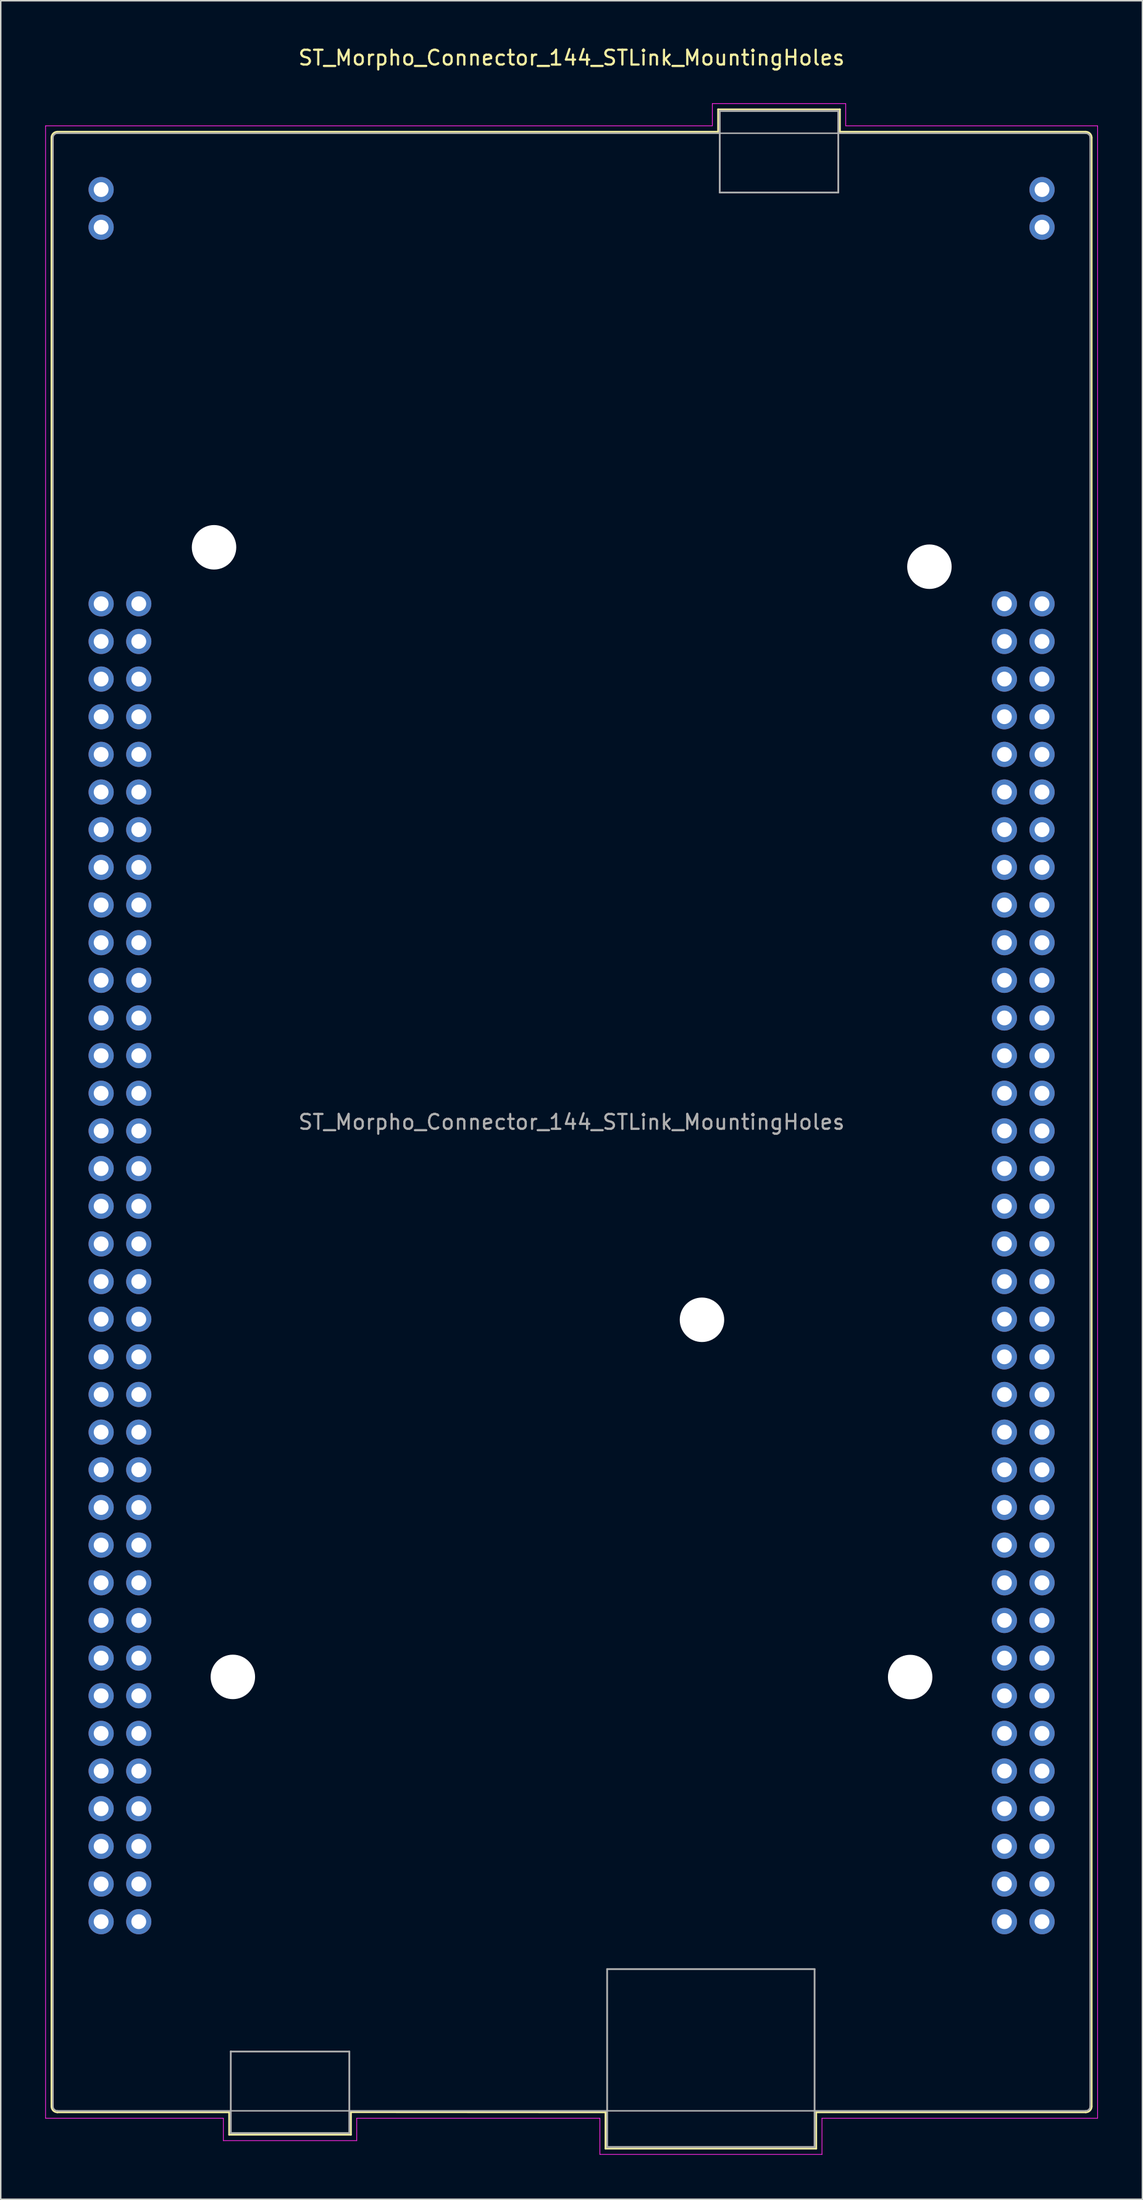
<source format=kicad_pcb>
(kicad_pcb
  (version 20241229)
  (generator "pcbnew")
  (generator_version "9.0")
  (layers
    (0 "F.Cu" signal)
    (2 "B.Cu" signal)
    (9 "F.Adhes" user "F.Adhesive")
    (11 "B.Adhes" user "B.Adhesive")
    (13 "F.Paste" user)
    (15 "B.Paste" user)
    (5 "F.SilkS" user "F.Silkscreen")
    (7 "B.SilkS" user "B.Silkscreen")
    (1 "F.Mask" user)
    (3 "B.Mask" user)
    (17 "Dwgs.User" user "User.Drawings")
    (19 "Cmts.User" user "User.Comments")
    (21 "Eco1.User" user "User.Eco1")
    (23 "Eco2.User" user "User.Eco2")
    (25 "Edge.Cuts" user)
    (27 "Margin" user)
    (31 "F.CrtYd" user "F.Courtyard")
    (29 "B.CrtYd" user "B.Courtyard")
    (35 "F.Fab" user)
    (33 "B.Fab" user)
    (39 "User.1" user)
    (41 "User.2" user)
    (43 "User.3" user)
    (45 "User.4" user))
  (footprint "ST_Morpho_Connector_144_STLink_MountingHoles"
    (layer "F.Cu")
    (at 3.775 37.678)
    (property "Reference" "ST_Morpho_Connector_144_STLink_MountingHoles" (at 31.75 -36.83 0) (layer "F.SilkS") (effects (font (size 1 1) (thickness 0.15))))
    (attr through_hole)
    (fp_line (start -3.35 -31.44) (end -3.35 101.36) (stroke (width 0.12) (type solid)) (layer "F.SilkS"))
    (fp_line (start 8.64 101.76) (end -2.95 101.76) (stroke (width 0.12) (type solid)) (layer "F.SilkS"))
    (fp_line (start 8.64 101.76) (end 8.64 103.27) (stroke (width 0.12) (type solid)) (layer "F.SilkS"))
    (fp_line (start 8.64 103.27) (end 16.86 103.27) (stroke (width 0.12) (type solid)) (layer "F.SilkS"))
    (fp_line (start 16.86 103.27) (end 16.86 101.75) (stroke (width 0.12) (type solid)) (layer "F.SilkS"))
    (fp_line (start 34.04 101.76) (end 16.86 101.75) (stroke (width 0.12) (type solid)) (layer "F.SilkS"))
    (fp_line (start 34.04 104.21) (end 34.04 101.76) (stroke (width 0.12) (type solid)) (layer "F.SilkS"))
    (fp_line (start 41.64 -33.35) (end 49.86 -33.35) (stroke (width 0.12) (type solid)) (layer "F.SilkS"))
    (fp_line (start 41.64 -31.84) (end -2.95 -31.84) (stroke (width 0.12) (type solid)) (layer "F.SilkS"))
    (fp_line (start 41.64 -31.84) (end 41.64 -33.35) (stroke (width 0.12) (type solid)) (layer "F.SilkS"))
    (fp_line (start 48.26 101.76) (end 48.26 104.21) (stroke (width 0.12) (type solid)) (layer "F.SilkS"))
    (fp_line (start 48.26 101.76) (end 66.45 101.76) (stroke (width 0.12) (type solid)) (layer "F.SilkS"))
    (fp_line (start 48.26 104.21) (end 34.04 104.21) (stroke (width 0.12) (type solid)) (layer "F.SilkS"))
    (fp_line (start 49.86 -33.35) (end 49.86 -31.84) (stroke (width 0.12) (type solid)) (layer "F.SilkS"))
    (fp_line (start 49.86 -31.84) (end 66.45 -31.84) (stroke (width 0.12) (type solid)) (layer "F.SilkS"))
    (fp_line (start 66.85 101.36) (end 66.85 -31.44) (stroke (width 0.12) (type solid)) (layer "F.SilkS"))
    (fp_arc (start -3.35 -31.44) (mid -3.232843 -31.722843) (end -2.95 -31.84) (stroke (width 0.12) (type solid)) (layer "F.SilkS"))
    (fp_arc (start -2.95 101.76) (mid -3.232843 101.642843) (end -3.35 101.36) (stroke (width 0.12) (type solid)) (layer "F.SilkS"))
    (fp_arc (start 66.45 -31.84) (mid 66.732843 -31.722843) (end 66.85 -31.44) (stroke (width 0.12) (type solid)) (layer "F.SilkS"))
    (fp_arc (start 66.85 101.36) (mid 66.732843 101.642843) (end 66.45 101.76) (stroke (width 0.12) (type solid)) (layer "F.SilkS"))
    (fp_line (start -3.75 -32.24) (end -3.75 102.16) (stroke (width 0.05) (type solid)) (layer "F.CrtYd"))
    (fp_line (start -3.75 102.16) (end 8.25 102.16) (stroke (width 0.05) (type solid)) (layer "F.CrtYd"))
    (fp_line (start 8.25 102.16) (end 8.25 103.67) (stroke (width 0.05) (type solid)) (layer "F.CrtYd"))
    (fp_line (start 8.25 103.67) (end 17.25 103.67) (stroke (width 0.05) (type solid)) (layer "F.CrtYd"))
    (fp_line (start 17.25 102.16) (end 17.25 103.67) (stroke (width 0.05) (type solid)) (layer "F.CrtYd"))
    (fp_line (start 17.25 102.16) (end 33.66 102.16) (stroke (width 0.05) (type solid)) (layer "F.CrtYd"))
    (fp_line (start 33.66 104.6) (end 33.66 102.16) (stroke (width 0.05) (type solid)) (layer "F.CrtYd"))
    (fp_line (start 33.66 104.6) (end 48.65 104.6) (stroke (width 0.05) (type solid)) (layer "F.CrtYd"))
    (fp_line (start 41.25 -33.74) (end 50.25 -33.74) (stroke (width 0.05) (type solid)) (layer "F.CrtYd"))
    (fp_line (start 41.25 -32.24) (end -3.75 -32.24) (stroke (width 0.05) (type solid)) (layer "F.CrtYd"))
    (fp_line (start 41.25 -32.24) (end 41.25 -33.74) (stroke (width 0.05) (type solid)) (layer "F.CrtYd"))
    (fp_line (start 48.65 102.16) (end 48.65 104.6) (stroke (width 0.05) (type solid)) (layer "F.CrtYd"))
    (fp_line (start 50.25 -32.24) (end 50.25 -33.74) (stroke (width 0.05) (type solid)) (layer "F.CrtYd"))
    (fp_line (start 50.25 -32.24) (end 67.25 -32.24) (stroke (width 0.05) (type solid)) (layer "F.CrtYd"))
    (fp_line (start 67.25 102.16) (end 48.65 102.16) (stroke (width 0.05) (type solid)) (layer "F.CrtYd"))
    (fp_line (start 67.25 102.16) (end 67.25 -32.24) (stroke (width 0.05) (type solid)) (layer "F.CrtYd"))
    (fp_line (start -3.25 101.36) (end -3.25 -31.44) (stroke (width 0.1) (type solid)) (layer "F.Fab"))
    (fp_line (start 8.75 97.66) (end 16.75 97.66) (stroke (width 0.12) (type solid)) (layer "F.Fab"))
    (fp_line (start 8.75 103.16) (end 8.75 97.65) (stroke (width 0.12) (type solid)) (layer "F.Fab"))
    (fp_line (start 8.75 103.16) (end 16.75 103.16) (stroke (width 0.12) (type solid)) (layer "F.Fab"))
    (fp_line (start 16.75 97.66) (end 16.75 103.16) (stroke (width 0.12) (type solid)) (layer "F.Fab"))
    (fp_line (start 34.15 92.1) (end 48.15 92.1) (stroke (width 0.12) (type solid)) (layer "F.Fab"))
    (fp_line (start 34.15 104.1) (end 34.15 92.1) (stroke (width 0.12) (type solid)) (layer "F.Fab"))
    (fp_line (start 34.15 104.1) (end 48.15 104.1) (stroke (width 0.12) (type solid)) (layer "F.Fab"))
    (fp_line (start 41.75 -33.24) (end 49.75 -33.24) (stroke (width 0.12) (type solid)) (layer "F.Fab"))
    (fp_line (start 41.75 -27.74) (end 41.75 -33.24) (stroke (width 0.12) (type solid)) (layer "F.Fab"))
    (fp_line (start 41.75 -27.74) (end 49.75 -27.74) (stroke (width 0.12) (type solid)) (layer "F.Fab"))
    (fp_line (start 48.15 104.1) (end 48.15 92.1) (stroke (width 0.12) (type solid)) (layer "F.Fab"))
    (fp_line (start 49.75 -33.24) (end 49.75 -27.74) (stroke (width 0.12) (type solid)) (layer "F.Fab"))
    (fp_line (start 66.45 -31.74) (end -2.95 -31.74) (stroke (width 0.1) (type solid)) (layer "F.Fab"))
    (fp_line (start 66.45 101.66) (end -2.95 101.66) (stroke (width 0.1) (type solid)) (layer "F.Fab"))
    (fp_line (start 66.75 101.36) (end 66.75 -31.44) (stroke (width 0.1) (type solid)) (layer "F.Fab"))
    (fp_arc (start -3.25 -31.44) (mid -3.162132 -31.652132) (end -2.95 -31.74) (stroke (width 0.1) (type solid)) (layer "F.Fab"))
    (fp_arc (start -2.95 101.66) (mid -3.162132 101.572132) (end -3.25 101.36) (stroke (width 0.1) (type solid)) (layer "F.Fab"))
    (fp_arc (start 66.45 -31.74) (mid 66.662132 -31.652132) (end 66.75 -31.44) (stroke (width 0.1) (type solid)) (layer "F.Fab"))
    (fp_arc (start 66.75 101.36) (mid 66.662132 101.572132) (end 66.45 101.66) (stroke (width 0.1) (type solid)) (layer "F.Fab"))
    (fp_text user "${REFERENCE}" (at 31.75 34.96 0) (layer "F.Fab") (effects (font (size 1 1) (thickness 0.15))))
    (pad "" np_thru_hole circle (at 7.62 -3.81) (size 3 3) (drill 3) (layers "*.Cu" "*.Mask"))
    (pad "" np_thru_hole circle (at 8.89 72.39) (size 3 3) (drill 3) (layers "*.Cu" "*.Mask"))
    (pad "" np_thru_hole circle (at 40.55 48.3) (size 3 3) (drill 3) (layers "*.Cu" "*.Mask"))
    (pad "" np_thru_hole circle (at 54.6 72.4) (size 3 3) (drill 3) (layers "*.Cu" "*.Mask"))
    (pad "" np_thru_hole circle (at 55.9 -2.5) (size 3 3) (drill 3) (layers "*.Cu" "*.Mask"))
    (pad "1" thru_hole circle (at 0 0) (size 1.7 1.7) (drill 1) (layers "*.Cu" "*.Mask"))
    (pad "2" thru_hole circle (at 2.54 0) (size 1.7 1.7) (drill 1) (layers "*.Cu" "*.Mask"))
    (pad "3" thru_hole circle (at 0 2.54) (size 1.7 1.7) (drill 1) (layers "*.Cu" "*.Mask"))
    (pad "4" thru_hole circle (at 2.54 2.54) (size 1.7 1.7) (drill 1) (layers "*.Cu" "*.Mask"))
    (pad "5" thru_hole circle (at 0 5.08) (size 1.7 1.7) (drill 1) (layers "*.Cu" "*.Mask"))
    (pad "6" thru_hole circle (at 2.54 5.08) (size 1.7 1.7) (drill 1) (layers "*.Cu" "*.Mask"))
    (pad "7" thru_hole circle (at 0 7.62) (size 1.7 1.7) (drill 1) (layers "*.Cu" "*.Mask"))
    (pad "8" thru_hole circle (at 2.54 7.62) (size 1.7 1.7) (drill 1) (layers "*.Cu" "*.Mask"))
    (pad "9" thru_hole circle (at 0 10.16) (size 1.7 1.7) (drill 1) (layers "*.Cu" "*.Mask"))
    (pad "10" thru_hole circle (at 2.54 10.16) (size 1.7 1.7) (drill 1) (layers "*.Cu" "*.Mask"))
    (pad "11" thru_hole circle (at 0 12.7) (size 1.7 1.7) (drill 1) (layers "*.Cu" "*.Mask"))
    (pad "12" thru_hole circle (at 2.54 12.7) (size 1.7 1.7) (drill 1) (layers "*.Cu" "*.Mask"))
    (pad "13" thru_hole circle (at 0 15.24) (size 1.7 1.7) (drill 1) (layers "*.Cu" "*.Mask"))
    (pad "14" thru_hole circle (at 2.54 15.24) (size 1.7 1.7) (drill 1) (layers "*.Cu" "*.Mask"))
    (pad "15" thru_hole circle (at 0 17.78) (size 1.7 1.7) (drill 1) (layers "*.Cu" "*.Mask"))
    (pad "16" thru_hole circle (at 2.54 17.78) (size 1.7 1.7) (drill 1) (layers "*.Cu" "*.Mask"))
    (pad "17" thru_hole circle (at 0 20.32) (size 1.7 1.7) (drill 1) (layers "*.Cu" "*.Mask"))
    (pad "18" thru_hole circle (at 2.54 20.32) (size 1.7 1.7) (drill 1) (layers "*.Cu" "*.Mask"))
    (pad "19" thru_hole circle (at 0 22.86) (size 1.7 1.7) (drill 1) (layers "*.Cu" "*.Mask"))
    (pad "20" thru_hole circle (at 2.54 22.86) (size 1.7 1.7) (drill 1) (layers "*.Cu" "*.Mask"))
    (pad "21" thru_hole circle (at 0 25.4) (size 1.7 1.7) (drill 1) (layers "*.Cu" "*.Mask"))
    (pad "22" thru_hole circle (at 2.54 25.4) (size 1.7 1.7) (drill 1) (layers "*.Cu" "*.Mask"))
    (pad "23" thru_hole circle (at 0 27.94) (size 1.7 1.7) (drill 1) (layers "*.Cu" "*.Mask"))
    (pad "24" thru_hole circle (at 2.54 27.94) (size 1.7 1.7) (drill 1) (layers "*.Cu" "*.Mask"))
    (pad "25" thru_hole circle (at 0 30.48) (size 1.7 1.7) (drill 1) (layers "*.Cu" "*.Mask"))
    (pad "26" thru_hole circle (at 2.54 30.48) (size 1.7 1.7) (drill 1) (layers "*.Cu" "*.Mask"))
    (pad "27" thru_hole circle (at 0 33.02) (size 1.7 1.7) (drill 1) (layers "*.Cu" "*.Mask"))
    (pad "28" thru_hole circle (at 2.54 33.02) (size 1.7 1.7) (drill 1) (layers "*.Cu" "*.Mask"))
    (pad "29" thru_hole circle (at 0 35.56) (size 1.7 1.7) (drill 1) (layers "*.Cu" "*.Mask"))
    (pad "30" thru_hole circle (at 2.54 35.56) (size 1.7 1.7) (drill 1) (layers "*.Cu" "*.Mask"))
    (pad "31" thru_hole circle (at 0 38.1) (size 1.7 1.7) (drill 1) (layers "*.Cu" "*.Mask"))
    (pad "32" thru_hole circle (at 2.54 38.1) (size 1.7 1.7) (drill 1) (layers "*.Cu" "*.Mask"))
    (pad "33" thru_hole circle (at 0 40.64) (size 1.7 1.7) (drill 1) (layers "*.Cu" "*.Mask"))
    (pad "34" thru_hole circle (at 2.54 40.64) (size 1.7 1.7) (drill 1) (layers "*.Cu" "*.Mask"))
    (pad "35" thru_hole circle (at 0 43.18) (size 1.7 1.7) (drill 1) (layers "*.Cu" "*.Mask"))
    (pad "36" thru_hole circle (at 2.54 43.18) (size 1.7 1.7) (drill 1) (layers "*.Cu" "*.Mask"))
    (pad "37" thru_hole circle (at 0 45.72) (size 1.7 1.7) (drill 1) (layers "*.Cu" "*.Mask"))
    (pad "38" thru_hole circle (at 2.54 45.72) (size 1.7 1.7) (drill 1) (layers "*.Cu" "*.Mask"))
    (pad "39" thru_hole circle (at 0 48.26) (size 1.7 1.7) (drill 1) (layers "*.Cu" "*.Mask"))
    (pad "40" thru_hole circle (at 2.54 48.26) (size 1.7 1.7) (drill 1) (layers "*.Cu" "*.Mask"))
    (pad "41" thru_hole circle (at 0 50.8) (size 1.7 1.7) (drill 1) (layers "*.Cu" "*.Mask"))
    (pad "42" thru_hole circle (at 2.54 50.8) (size 1.7 1.7) (drill 1) (layers "*.Cu" "*.Mask"))
    (pad "43" thru_hole circle (at 0 53.34) (size 1.7 1.7) (drill 1) (layers "*.Cu" "*.Mask"))
    (pad "44" thru_hole circle (at 2.54 53.34) (size 1.7 1.7) (drill 1) (layers "*.Cu" "*.Mask"))
    (pad "45" thru_hole circle (at 0 55.88) (size 1.7 1.7) (drill 1) (layers "*.Cu" "*.Mask"))
    (pad "46" thru_hole circle (at 2.54 55.88) (size 1.7 1.7) (drill 1) (layers "*.Cu" "*.Mask"))
    (pad "47" thru_hole circle (at 0 58.42) (size 1.7 1.7) (drill 1) (layers "*.Cu" "*.Mask"))
    (pad "48" thru_hole circle (at 2.54 58.42) (size 1.7 1.7) (drill 1) (layers "*.Cu" "*.Mask"))
    (pad "49" thru_hole circle (at 0 60.96) (size 1.7 1.7) (drill 1) (layers "*.Cu" "*.Mask"))
    (pad "50" thru_hole circle (at 2.54 60.96) (size 1.7 1.7) (drill 1) (layers "*.Cu" "*.Mask"))
    (pad "51" thru_hole circle (at 0 63.5) (size 1.7 1.7) (drill 1) (layers "*.Cu" "*.Mask"))
    (pad "52" thru_hole circle (at 2.54 63.5) (size 1.7 1.7) (drill 1) (layers "*.Cu" "*.Mask"))
    (pad "53" thru_hole circle (at 0 66.04) (size 1.7 1.7) (drill 1) (layers "*.Cu" "*.Mask"))
    (pad "54" thru_hole circle (at 2.54 66.04) (size 1.7 1.7) (drill 1) (layers "*.Cu" "*.Mask"))
    (pad "55" thru_hole circle (at 0 68.58) (size 1.7 1.7) (drill 1) (layers "*.Cu" "*.Mask"))
    (pad "56" thru_hole circle (at 2.54 68.58) (size 1.7 1.7) (drill 1) (layers "*.Cu" "*.Mask"))
    (pad "57" thru_hole circle (at 0 71.12) (size 1.7 1.7) (drill 1) (layers "*.Cu" "*.Mask"))
    (pad "58" thru_hole circle (at 2.54 71.12) (size 1.7 1.7) (drill 1) (layers "*.Cu" "*.Mask"))
    (pad "59" thru_hole circle (at 0 73.66) (size 1.7 1.7) (drill 1) (layers "*.Cu" "*.Mask"))
    (pad "60" thru_hole circle (at 2.54 73.66) (size 1.7 1.7) (drill 1) (layers "*.Cu" "*.Mask"))
    (pad "61" thru_hole circle (at 0 76.2) (size 1.7 1.7) (drill 1) (layers "*.Cu" "*.Mask"))
    (pad "62" thru_hole circle (at 2.54 76.2) (size 1.7 1.7) (drill 1) (layers "*.Cu" "*.Mask"))
    (pad "63" thru_hole circle (at 0 78.74) (size 1.7 1.7) (drill 1) (layers "*.Cu" "*.Mask"))
    (pad "64" thru_hole circle (at 2.54 78.74) (size 1.7 1.7) (drill 1) (layers "*.Cu" "*.Mask"))
    (pad "65" thru_hole circle (at 0 81.28) (size 1.7 1.7) (drill 1) (layers "*.Cu" "*.Mask"))
    (pad "66" thru_hole circle (at 2.54 81.28) (size 1.7 1.7) (drill 1) (layers "*.Cu" "*.Mask"))
    (pad "67" thru_hole circle (at 0 83.82) (size 1.7 1.7) (drill 1) (layers "*.Cu" "*.Mask"))
    (pad "68" thru_hole circle (at 2.54 83.82) (size 1.7 1.7) (drill 1) (layers "*.Cu" "*.Mask"))
    (pad "69" thru_hole circle (at 0 86.36) (size 1.7 1.7) (drill 1) (layers "*.Cu" "*.Mask"))
    (pad "70" thru_hole circle (at 2.54 86.36) (size 1.7 1.7) (drill 1) (layers "*.Cu" "*.Mask"))
    (pad "71" thru_hole circle (at 0 88.9) (size 1.7 1.7) (drill 1) (layers "*.Cu" "*.Mask"))
    (pad "72" thru_hole circle (at 2.54 88.9) (size 1.7 1.7) (drill 1) (layers "*.Cu" "*.Mask"))
    (pad "73" thru_hole circle (at 60.96 0) (size 1.7 1.7) (drill 1) (layers "*.Cu" "*.Mask"))
    (pad "74" thru_hole circle (at 63.5 0) (size 1.7 1.7) (drill 1) (layers "*.Cu" "*.Mask"))
    (pad "75" thru_hole circle (at 60.96 2.54) (size 1.7 1.7) (drill 1) (layers "*.Cu" "*.Mask"))
    (pad "76" thru_hole circle (at 63.5 2.54) (size 1.7 1.7) (drill 1) (layers "*.Cu" "*.Mask"))
    (pad "77" thru_hole circle (at 60.96 5.08) (size 1.7 1.7) (drill 1) (layers "*.Cu" "*.Mask"))
    (pad "78" thru_hole circle (at 63.5 5.08) (size 1.7 1.7) (drill 1) (layers "*.Cu" "*.Mask"))
    (pad "79" thru_hole circle (at 60.96 7.62) (size 1.7 1.7) (drill 1) (layers "*.Cu" "*.Mask"))
    (pad "80" thru_hole circle (at 63.5 7.62) (size 1.7 1.7) (drill 1) (layers "*.Cu" "*.Mask"))
    (pad "81" thru_hole circle (at 60.96 10.16) (size 1.7 1.7) (drill 1) (layers "*.Cu" "*.Mask"))
    (pad "82" thru_hole circle (at 63.5 10.16) (size 1.7 1.7) (drill 1) (layers "*.Cu" "*.Mask"))
    (pad "83" thru_hole circle (at 60.96 12.7) (size 1.7 1.7) (drill 1) (layers "*.Cu" "*.Mask"))
    (pad "84" thru_hole circle (at 63.5 12.7) (size 1.7 1.7) (drill 1) (layers "*.Cu" "*.Mask"))
    (pad "85" thru_hole circle (at 60.96 15.24) (size 1.7 1.7) (drill 1) (layers "*.Cu" "*.Mask"))
    (pad "86" thru_hole circle (at 63.5 15.24) (size 1.7 1.7) (drill 1) (layers "*.Cu" "*.Mask"))
    (pad "87" thru_hole circle (at 60.96 17.78) (size 1.7 1.7) (drill 1) (layers "*.Cu" "*.Mask"))
    (pad "88" thru_hole circle (at 63.5 17.78) (size 1.7 1.7) (drill 1) (layers "*.Cu" "*.Mask"))
    (pad "89" thru_hole circle (at 60.96 20.32) (size 1.7 1.7) (drill 1) (layers "*.Cu" "*.Mask"))
    (pad "90" thru_hole circle (at 63.5 20.32) (size 1.7 1.7) (drill 1) (layers "*.Cu" "*.Mask"))
    (pad "91" thru_hole circle (at 60.96 22.86) (size 1.7 1.7) (drill 1) (layers "*.Cu" "*.Mask"))
    (pad "92" thru_hole circle (at 63.5 22.86) (size 1.7 1.7) (drill 1) (layers "*.Cu" "*.Mask"))
    (pad "93" thru_hole circle (at 60.96 25.4) (size 1.7 1.7) (drill 1) (layers "*.Cu" "*.Mask"))
    (pad "94" thru_hole circle (at 63.5 25.4) (size 1.7 1.7) (drill 1) (layers "*.Cu" "*.Mask"))
    (pad "95" thru_hole circle (at 60.96 27.94) (size 1.7 1.7) (drill 1) (layers "*.Cu" "*.Mask"))
    (pad "96" thru_hole circle (at 63.5 27.94) (size 1.7 1.7) (drill 1) (layers "*.Cu" "*.Mask"))
    (pad "97" thru_hole circle (at 60.96 30.48) (size 1.7 1.7) (drill 1) (layers "*.Cu" "*.Mask"))
    (pad "98" thru_hole circle (at 63.5 30.48) (size 1.7 1.7) (drill 1) (layers "*.Cu" "*.Mask"))
    (pad "99" thru_hole circle (at 60.96 33.02) (size 1.7 1.7) (drill 1) (layers "*.Cu" "*.Mask"))
    (pad "100" thru_hole circle (at 63.5 33.02) (size 1.7 1.7) (drill 1) (layers "*.Cu" "*.Mask"))
    (pad "101" thru_hole circle (at 60.96 35.56) (size 1.7 1.7) (drill 1) (layers "*.Cu" "*.Mask"))
    (pad "102" thru_hole circle (at 63.5 35.56) (size 1.7 1.7) (drill 1) (layers "*.Cu" "*.Mask"))
    (pad "103" thru_hole circle (at 60.96 38.1) (size 1.7 1.7) (drill 1) (layers "*.Cu" "*.Mask"))
    (pad "104" thru_hole circle (at 63.5 38.1) (size 1.7 1.7) (drill 1) (layers "*.Cu" "*.Mask"))
    (pad "105" thru_hole circle (at 60.96 40.64) (size 1.7 1.7) (drill 1) (layers "*.Cu" "*.Mask"))
    (pad "106" thru_hole circle (at 63.5 40.64) (size 1.7 1.7) (drill 1) (layers "*.Cu" "*.Mask"))
    (pad "107" thru_hole circle (at 60.96 43.18) (size 1.7 1.7) (drill 1) (layers "*.Cu" "*.Mask"))
    (pad "108" thru_hole circle (at 63.5 43.18) (size 1.7 1.7) (drill 1) (layers "*.Cu" "*.Mask"))
    (pad "109" thru_hole circle (at 60.96 45.72) (size 1.7 1.7) (drill 1) (layers "*.Cu" "*.Mask"))
    (pad "110" thru_hole circle (at 63.5 45.72) (size 1.7 1.7) (drill 1) (layers "*.Cu" "*.Mask"))
    (pad "111" thru_hole circle (at 60.96 48.26) (size 1.7 1.7) (drill 1) (layers "*.Cu" "*.Mask"))
    (pad "112" thru_hole circle (at 63.5 48.26) (size 1.7 1.7) (drill 1) (layers "*.Cu" "*.Mask"))
    (pad "113" thru_hole circle (at 60.96 50.8) (size 1.7 1.7) (drill 1) (layers "*.Cu" "*.Mask"))
    (pad "114" thru_hole circle (at 63.5 50.8) (size 1.7 1.7) (drill 1) (layers "*.Cu" "*.Mask"))
    (pad "115" thru_hole circle (at 60.96 53.34) (size 1.7 1.7) (drill 1) (layers "*.Cu" "*.Mask"))
    (pad "116" thru_hole circle (at 63.5 53.34) (size 1.7 1.7) (drill 1) (layers "*.Cu" "*.Mask"))
    (pad "117" thru_hole circle (at 60.96 55.88) (size 1.7 1.7) (drill 1) (layers "*.Cu" "*.Mask"))
    (pad "118" thru_hole circle (at 63.5 55.88) (size 1.7 1.7) (drill 1) (layers "*.Cu" "*.Mask"))
    (pad "119" thru_hole circle (at 60.96 58.42) (size 1.7 1.7) (drill 1) (layers "*.Cu" "*.Mask"))
    (pad "120" thru_hole circle (at 63.5 58.42) (size 1.7 1.7) (drill 1) (layers "*.Cu" "*.Mask"))
    (pad "121" thru_hole circle (at 60.96 60.96) (size 1.7 1.7) (drill 1) (layers "*.Cu" "*.Mask"))
    (pad "122" thru_hole circle (at 63.5 60.96) (size 1.7 1.7) (drill 1) (layers "*.Cu" "*.Mask"))
    (pad "123" thru_hole circle (at 60.96 63.5) (size 1.7 1.7) (drill 1) (layers "*.Cu" "*.Mask"))
    (pad "124" thru_hole circle (at 63.5 63.5) (size 1.7 1.7) (drill 1) (layers "*.Cu" "*.Mask"))
    (pad "125" thru_hole circle (at 60.96 66.04) (size 1.7 1.7) (drill 1) (layers "*.Cu" "*.Mask"))
    (pad "126" thru_hole circle (at 63.5 66.04) (size 1.7 1.7) (drill 1) (layers "*.Cu" "*.Mask"))
    (pad "127" thru_hole circle (at 60.96 68.58) (size 1.7 1.7) (drill 1) (layers "*.Cu" "*.Mask"))
    (pad "128" thru_hole circle (at 63.5 68.58) (size 1.7 1.7) (drill 1) (layers "*.Cu" "*.Mask"))
    (pad "129" thru_hole circle (at 60.96 71.12) (size 1.7 1.7) (drill 1) (layers "*.Cu" "*.Mask"))
    (pad "130" thru_hole circle (at 63.5 71.12) (size 1.7 1.7) (drill 1) (layers "*.Cu" "*.Mask"))
    (pad "131" thru_hole circle (at 60.96 73.66) (size 1.7 1.7) (drill 1) (layers "*.Cu" "*.Mask"))
    (pad "132" thru_hole circle (at 63.5 73.66) (size 1.7 1.7) (drill 1) (layers "*.Cu" "*.Mask"))
    (pad "133" thru_hole circle (at 60.96 76.2) (size 1.7 1.7) (drill 1) (layers "*.Cu" "*.Mask"))
    (pad "134" thru_hole circle (at 63.5 76.2) (size 1.7 1.7) (drill 1) (layers "*.Cu" "*.Mask"))
    (pad "135" thru_hole circle (at 60.96 78.74) (size 1.7 1.7) (drill 1) (layers "*.Cu" "*.Mask"))
    (pad "136" thru_hole circle (at 63.5 78.74) (size 1.7 1.7) (drill 1) (layers "*.Cu" "*.Mask"))
    (pad "137" thru_hole circle (at 60.96 81.28) (size 1.7 1.7) (drill 1) (layers "*.Cu" "*.Mask"))
    (pad "138" thru_hole circle (at 63.5 81.28) (size 1.7 1.7) (drill 1) (layers "*.Cu" "*.Mask"))
    (pad "139" thru_hole circle (at 60.96 83.82) (size 1.7 1.7) (drill 1) (layers "*.Cu" "*.Mask"))
    (pad "140" thru_hole circle (at 63.5 83.82) (size 1.7 1.7) (drill 1) (layers "*.Cu" "*.Mask"))
    (pad "141" thru_hole circle (at 60.96 86.36) (size 1.7 1.7) (drill 1) (layers "*.Cu" "*.Mask"))
    (pad "142" thru_hole circle (at 63.5 86.36) (size 1.7 1.7) (drill 1) (layers "*.Cu" "*.Mask"))
    (pad "143" thru_hole circle (at 60.96 88.9) (size 1.7 1.7) (drill 1) (layers "*.Cu" "*.Mask"))
    (pad "144" thru_hole circle (at 63.5 88.9) (size 1.7 1.7) (drill 1) (layers "*.Cu" "*.Mask"))
    (pad "145" thru_hole circle (at 0 -27.94) (size 1.7 1.7) (drill 1) (layers "*.Cu" "*.Mask"))
    (pad "146" thru_hole circle (at 0 -25.4) (size 1.7 1.7) (drill 1) (layers "*.Cu" "*.Mask"))
    (pad "147" thru_hole circle (at 63.5 -27.94) (size 1.7 1.7) (drill 1) (layers "*.Cu" "*.Mask"))
    (pad "148" thru_hole circle (at 63.5 -25.4) (size 1.7 1.7) (drill 1) (layers "*.Cu" "*.Mask")))
  (gr_rect
    (start -3 -3)
    (end 74.05 145.303)
    (stroke (width 0.1) (type default))
    (fill no)
    (layer "Edge.Cuts")))
</source>
